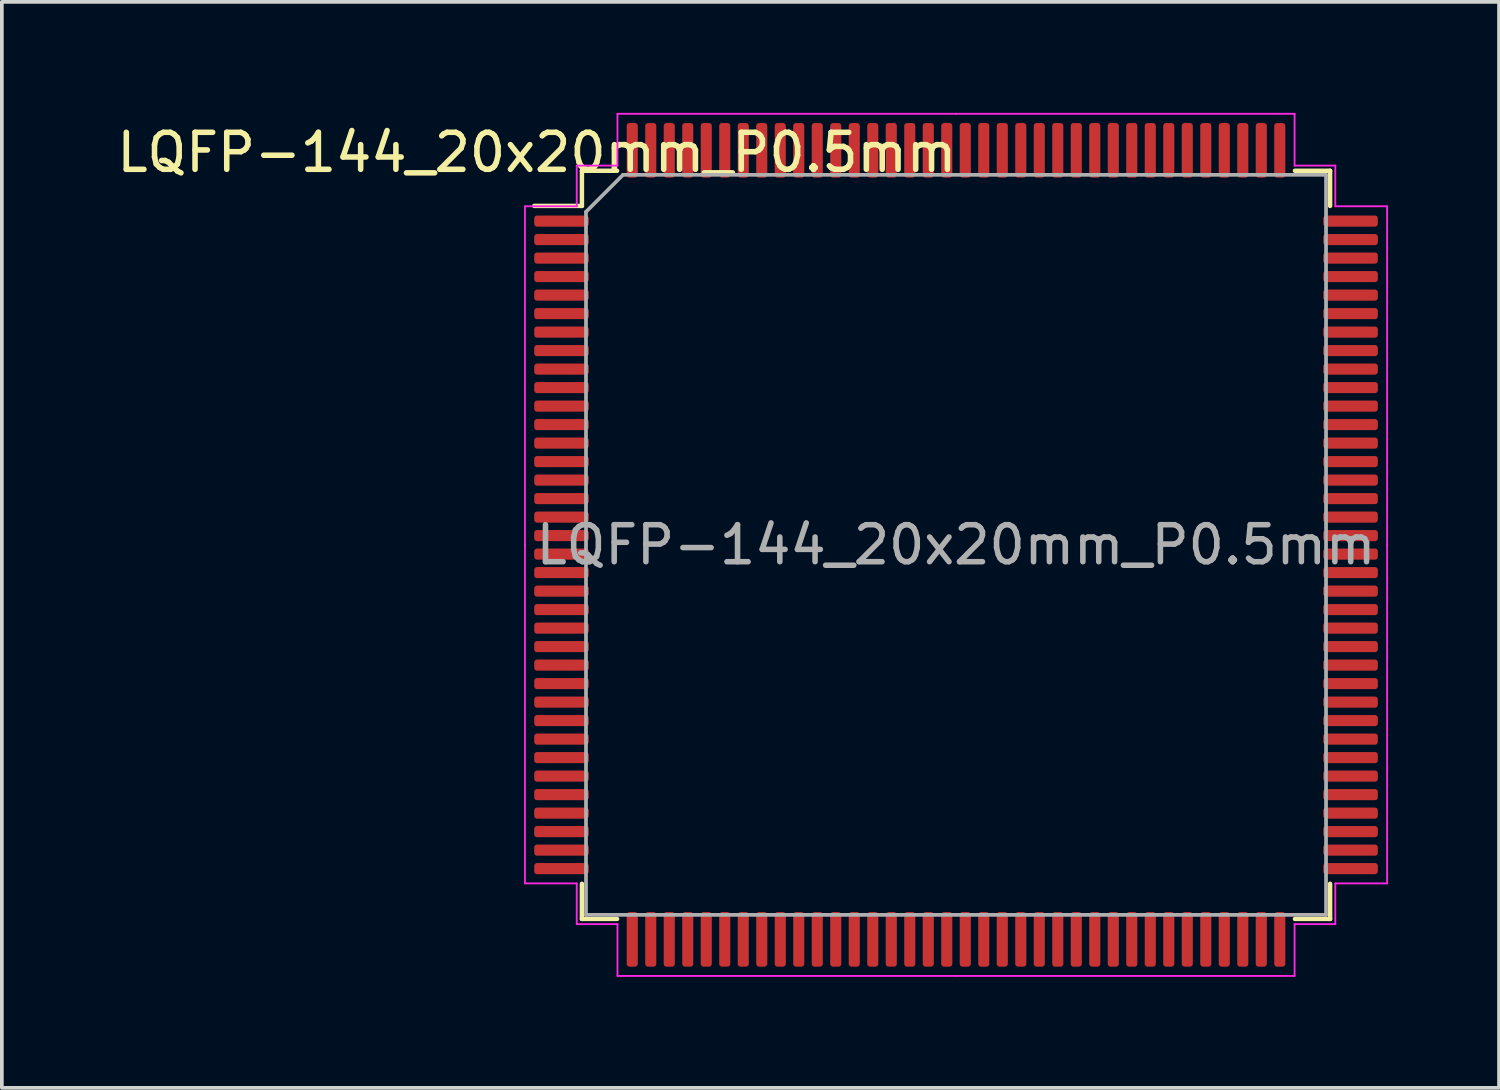
<source format=kicad_pcb>
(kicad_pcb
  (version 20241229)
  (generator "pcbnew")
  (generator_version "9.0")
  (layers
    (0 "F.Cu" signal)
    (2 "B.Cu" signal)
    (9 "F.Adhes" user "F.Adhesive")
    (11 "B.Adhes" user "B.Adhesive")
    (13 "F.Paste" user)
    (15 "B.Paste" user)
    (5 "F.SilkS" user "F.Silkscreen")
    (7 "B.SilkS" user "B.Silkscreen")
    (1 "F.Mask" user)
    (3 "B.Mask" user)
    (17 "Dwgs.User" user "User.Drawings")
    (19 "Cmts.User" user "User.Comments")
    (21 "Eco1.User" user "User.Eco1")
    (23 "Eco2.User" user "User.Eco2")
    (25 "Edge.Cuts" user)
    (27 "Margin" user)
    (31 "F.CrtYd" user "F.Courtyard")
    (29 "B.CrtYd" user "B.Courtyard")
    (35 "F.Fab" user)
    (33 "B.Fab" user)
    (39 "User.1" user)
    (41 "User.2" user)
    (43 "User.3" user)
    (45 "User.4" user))
  (footprint "LQFP-144_20x20mm_P0.5mm"
    (layer "F.Cu")
    (at 22.787 11.675)
    (property "Reference" "LQFP-144_20x20mm_P0.5mm" (at -11.328 -10.604 0) (layer "F.SilkS") (effects (font (size 1 1) (thickness 0.15))))
    (attr smd)
    (fp_line (start -10.11 -10.11) (end -10.11 -9.16) (stroke (width 0.12) (type solid)) (layer "F.SilkS"))
    (fp_line (start -10.11 -9.16) (end -11.4 -9.16) (stroke (width 0.12) (type solid)) (layer "F.SilkS"))
    (fp_line (start -10.11 10.11) (end -10.11 9.16) (stroke (width 0.12) (type solid)) (layer "F.SilkS"))
    (fp_line (start -9.16 -10.11) (end -10.11 -10.11) (stroke (width 0.12) (type solid)) (layer "F.SilkS"))
    (fp_line (start -9.16 10.11) (end -10.11 10.11) (stroke (width 0.12) (type solid)) (layer "F.SilkS"))
    (fp_line (start 9.16 -10.11) (end 10.11 -10.11) (stroke (width 0.12) (type solid)) (layer "F.SilkS"))
    (fp_line (start 9.16 10.11) (end 10.11 10.11) (stroke (width 0.12) (type solid)) (layer "F.SilkS"))
    (fp_line (start 10.11 -10.11) (end 10.11 -9.16) (stroke (width 0.12) (type solid)) (layer "F.SilkS"))
    (fp_line (start 10.11 10.11) (end 10.11 9.16) (stroke (width 0.12) (type solid)) (layer "F.SilkS"))
    (fp_line (start -11.65 -9.15) (end -11.65 0) (stroke (width 0.05) (type solid)) (layer "F.CrtYd"))
    (fp_line (start -11.65 9.15) (end -11.65 0) (stroke (width 0.05) (type solid)) (layer "F.CrtYd"))
    (fp_line (start -10.25 -10.25) (end -10.25 -9.15) (stroke (width 0.05) (type solid)) (layer "F.CrtYd"))
    (fp_line (start -10.25 -9.15) (end -11.65 -9.15) (stroke (width 0.05) (type solid)) (layer "F.CrtYd"))
    (fp_line (start -10.25 9.15) (end -11.65 9.15) (stroke (width 0.05) (type solid)) (layer "F.CrtYd"))
    (fp_line (start -10.25 10.25) (end -10.25 9.15) (stroke (width 0.05) (type solid)) (layer "F.CrtYd"))
    (fp_line (start -9.15 -11.65) (end -9.15 -10.25) (stroke (width 0.05) (type solid)) (layer "F.CrtYd"))
    (fp_line (start -9.15 -10.25) (end -10.25 -10.25) (stroke (width 0.05) (type solid)) (layer "F.CrtYd"))
    (fp_line (start -9.15 10.25) (end -10.25 10.25) (stroke (width 0.05) (type solid)) (layer "F.CrtYd"))
    (fp_line (start -9.15 11.65) (end -9.15 10.25) (stroke (width 0.05) (type solid)) (layer "F.CrtYd"))
    (fp_line (start 0 -11.65) (end -9.15 -11.65) (stroke (width 0.05) (type solid)) (layer "F.CrtYd"))
    (fp_line (start 0 -11.65) (end 9.15 -11.65) (stroke (width 0.05) (type solid)) (layer "F.CrtYd"))
    (fp_line (start 0 11.65) (end -9.15 11.65) (stroke (width 0.05) (type solid)) (layer "F.CrtYd"))
    (fp_line (start 0 11.65) (end 9.15 11.65) (stroke (width 0.05) (type solid)) (layer "F.CrtYd"))
    (fp_line (start 9.15 -11.65) (end 9.15 -10.25) (stroke (width 0.05) (type solid)) (layer "F.CrtYd"))
    (fp_line (start 9.15 -10.25) (end 10.25 -10.25) (stroke (width 0.05) (type solid)) (layer "F.CrtYd"))
    (fp_line (start 9.15 10.25) (end 10.25 10.25) (stroke (width 0.05) (type solid)) (layer "F.CrtYd"))
    (fp_line (start 9.15 11.65) (end 9.15 10.25) (stroke (width 0.05) (type solid)) (layer "F.CrtYd"))
    (fp_line (start 10.25 -10.25) (end 10.25 -9.15) (stroke (width 0.05) (type solid)) (layer "F.CrtYd"))
    (fp_line (start 10.25 -9.15) (end 11.65 -9.15) (stroke (width 0.05) (type solid)) (layer "F.CrtYd"))
    (fp_line (start 10.25 9.15) (end 11.65 9.15) (stroke (width 0.05) (type solid)) (layer "F.CrtYd"))
    (fp_line (start 10.25 10.25) (end 10.25 9.15) (stroke (width 0.05) (type solid)) (layer "F.CrtYd"))
    (fp_line (start 11.65 -9.15) (end 11.65 0) (stroke (width 0.05) (type solid)) (layer "F.CrtYd"))
    (fp_line (start 11.65 9.15) (end 11.65 0) (stroke (width 0.05) (type solid)) (layer "F.CrtYd"))
    (fp_line (start -10 -9) (end -9 -10) (stroke (width 0.1) (type solid)) (layer "F.Fab"))
    (fp_line (start -10 10) (end -10 -9) (stroke (width 0.1) (type solid)) (layer "F.Fab"))
    (fp_line (start -9 -10) (end 10 -10) (stroke (width 0.1) (type solid)) (layer "F.Fab"))
    (fp_line (start 10 -10) (end 10 10) (stroke (width 0.1) (type solid)) (layer "F.Fab"))
    (fp_line (start 10 10) (end -10 10) (stroke (width 0.1) (type solid)) (layer "F.Fab"))
    (fp_text user "${REFERENCE}" (at 0 0 0) (layer "F.Fab") (effects (font (size 1 1) (thickness 0.15))))
    (pad "1" smd roundrect (at -10.662 -8.75) (size 1.475 0.3) (layers "F.Cu" "F.Mask" "F.Paste") (roundrect_rratio 0.25))
    (pad "2" smd roundrect (at -10.662 -8.25) (size 1.475 0.3) (layers "F.Cu" "F.Mask" "F.Paste") (roundrect_rratio 0.25))
    (pad "3" smd roundrect (at -10.662 -7.75) (size 1.475 0.3) (layers "F.Cu" "F.Mask" "F.Paste") (roundrect_rratio 0.25))
    (pad "4" smd roundrect (at -10.662 -7.25) (size 1.475 0.3) (layers "F.Cu" "F.Mask" "F.Paste") (roundrect_rratio 0.25))
    (pad "5" smd roundrect (at -10.662 -6.75) (size 1.475 0.3) (layers "F.Cu" "F.Mask" "F.Paste") (roundrect_rratio 0.25))
    (pad "6" smd roundrect (at -10.662 -6.25) (size 1.475 0.3) (layers "F.Cu" "F.Mask" "F.Paste") (roundrect_rratio 0.25))
    (pad "7" smd roundrect (at -10.662 -5.75) (size 1.475 0.3) (layers "F.Cu" "F.Mask" "F.Paste") (roundrect_rratio 0.25))
    (pad "8" smd roundrect (at -10.662 -5.25) (size 1.475 0.3) (layers "F.Cu" "F.Mask" "F.Paste") (roundrect_rratio 0.25))
    (pad "9" smd roundrect (at -10.662 -4.75) (size 1.475 0.3) (layers "F.Cu" "F.Mask" "F.Paste") (roundrect_rratio 0.25))
    (pad "10" smd roundrect (at -10.662 -4.25) (size 1.475 0.3) (layers "F.Cu" "F.Mask" "F.Paste") (roundrect_rratio 0.25))
    (pad "11" smd roundrect (at -10.662 -3.75) (size 1.475 0.3) (layers "F.Cu" "F.Mask" "F.Paste") (roundrect_rratio 0.25))
    (pad "12" smd roundrect (at -10.662 -3.25) (size 1.475 0.3) (layers "F.Cu" "F.Mask" "F.Paste") (roundrect_rratio 0.25))
    (pad "13" smd roundrect (at -10.662 -2.75) (size 1.475 0.3) (layers "F.Cu" "F.Mask" "F.Paste") (roundrect_rratio 0.25))
    (pad "14" smd roundrect (at -10.662 -2.25) (size 1.475 0.3) (layers "F.Cu" "F.Mask" "F.Paste") (roundrect_rratio 0.25))
    (pad "15" smd roundrect (at -10.662 -1.75) (size 1.475 0.3) (layers "F.Cu" "F.Mask" "F.Paste") (roundrect_rratio 0.25))
    (pad "16" smd roundrect (at -10.662 -1.25) (size 1.475 0.3) (layers "F.Cu" "F.Mask" "F.Paste") (roundrect_rratio 0.25))
    (pad "17" smd roundrect (at -10.662 -0.75) (size 1.475 0.3) (layers "F.Cu" "F.Mask" "F.Paste") (roundrect_rratio 0.25))
    (pad "18" smd roundrect (at -10.662 -0.25) (size 1.475 0.3) (layers "F.Cu" "F.Mask" "F.Paste") (roundrect_rratio 0.25))
    (pad "19" smd roundrect (at -10.662 0.25) (size 1.475 0.3) (layers "F.Cu" "F.Mask" "F.Paste") (roundrect_rratio 0.25))
    (pad "20" smd roundrect (at -10.662 0.75) (size 1.475 0.3) (layers "F.Cu" "F.Mask" "F.Paste") (roundrect_rratio 0.25))
    (pad "21" smd roundrect (at -10.662 1.25) (size 1.475 0.3) (layers "F.Cu" "F.Mask" "F.Paste") (roundrect_rratio 0.25))
    (pad "22" smd roundrect (at -10.662 1.75) (size 1.475 0.3) (layers "F.Cu" "F.Mask" "F.Paste") (roundrect_rratio 0.25))
    (pad "23" smd roundrect (at -10.662 2.25) (size 1.475 0.3) (layers "F.Cu" "F.Mask" "F.Paste") (roundrect_rratio 0.25))
    (pad "24" smd roundrect (at -10.662 2.75) (size 1.475 0.3) (layers "F.Cu" "F.Mask" "F.Paste") (roundrect_rratio 0.25))
    (pad "25" smd roundrect (at -10.662 3.25) (size 1.475 0.3) (layers "F.Cu" "F.Mask" "F.Paste") (roundrect_rratio 0.25))
    (pad "26" smd roundrect (at -10.662 3.75) (size 1.475 0.3) (layers "F.Cu" "F.Mask" "F.Paste") (roundrect_rratio 0.25))
    (pad "27" smd roundrect (at -10.662 4.25) (size 1.475 0.3) (layers "F.Cu" "F.Mask" "F.Paste") (roundrect_rratio 0.25))
    (pad "28" smd roundrect (at -10.662 4.75) (size 1.475 0.3) (layers "F.Cu" "F.Mask" "F.Paste") (roundrect_rratio 0.25))
    (pad "29" smd roundrect (at -10.662 5.25) (size 1.475 0.3) (layers "F.Cu" "F.Mask" "F.Paste") (roundrect_rratio 0.25))
    (pad "30" smd roundrect (at -10.662 5.75) (size 1.475 0.3) (layers "F.Cu" "F.Mask" "F.Paste") (roundrect_rratio 0.25))
    (pad "31" smd roundrect (at -10.662 6.25) (size 1.475 0.3) (layers "F.Cu" "F.Mask" "F.Paste") (roundrect_rratio 0.25))
    (pad "32" smd roundrect (at -10.662 6.75) (size 1.475 0.3) (layers "F.Cu" "F.Mask" "F.Paste") (roundrect_rratio 0.25))
    (pad "33" smd roundrect (at -10.662 7.25) (size 1.475 0.3) (layers "F.Cu" "F.Mask" "F.Paste") (roundrect_rratio 0.25))
    (pad "34" smd roundrect (at -10.662 7.75) (size 1.475 0.3) (layers "F.Cu" "F.Mask" "F.Paste") (roundrect_rratio 0.25))
    (pad "35" smd roundrect (at -10.662 8.25) (size 1.475 0.3) (layers "F.Cu" "F.Mask" "F.Paste") (roundrect_rratio 0.25))
    (pad "36" smd roundrect (at -10.662 8.75) (size 1.475 0.3) (layers "F.Cu" "F.Mask" "F.Paste") (roundrect_rratio 0.25))
    (pad "37" smd roundrect (at -8.75 10.662) (size 0.3 1.475) (layers "F.Cu" "F.Mask" "F.Paste") (roundrect_rratio 0.25))
    (pad "38" smd roundrect (at -8.25 10.662) (size 0.3 1.475) (layers "F.Cu" "F.Mask" "F.Paste") (roundrect_rratio 0.25))
    (pad "39" smd roundrect (at -7.75 10.662) (size 0.3 1.475) (layers "F.Cu" "F.Mask" "F.Paste") (roundrect_rratio 0.25))
    (pad "40" smd roundrect (at -7.25 10.662) (size 0.3 1.475) (layers "F.Cu" "F.Mask" "F.Paste") (roundrect_rratio 0.25))
    (pad "41" smd roundrect (at -6.75 10.662) (size 0.3 1.475) (layers "F.Cu" "F.Mask" "F.Paste") (roundrect_rratio 0.25))
    (pad "42" smd roundrect (at -6.25 10.662) (size 0.3 1.475) (layers "F.Cu" "F.Mask" "F.Paste") (roundrect_rratio 0.25))
    (pad "43" smd roundrect (at -5.75 10.662) (size 0.3 1.475) (layers "F.Cu" "F.Mask" "F.Paste") (roundrect_rratio 0.25))
    (pad "44" smd roundrect (at -5.25 10.662) (size 0.3 1.475) (layers "F.Cu" "F.Mask" "F.Paste") (roundrect_rratio 0.25))
    (pad "45" smd roundrect (at -4.75 10.662) (size 0.3 1.475) (layers "F.Cu" "F.Mask" "F.Paste") (roundrect_rratio 0.25))
    (pad "46" smd roundrect (at -4.25 10.662) (size 0.3 1.475) (layers "F.Cu" "F.Mask" "F.Paste") (roundrect_rratio 0.25))
    (pad "47" smd roundrect (at -3.75 10.662) (size 0.3 1.475) (layers "F.Cu" "F.Mask" "F.Paste") (roundrect_rratio 0.25))
    (pad "48" smd roundrect (at -3.25 10.662) (size 0.3 1.475) (layers "F.Cu" "F.Mask" "F.Paste") (roundrect_rratio 0.25))
    (pad "49" smd roundrect (at -2.75 10.662) (size 0.3 1.475) (layers "F.Cu" "F.Mask" "F.Paste") (roundrect_rratio 0.25))
    (pad "50" smd roundrect (at -2.25 10.662) (size 0.3 1.475) (layers "F.Cu" "F.Mask" "F.Paste") (roundrect_rratio 0.25))
    (pad "51" smd roundrect (at -1.75 10.662) (size 0.3 1.475) (layers "F.Cu" "F.Mask" "F.Paste") (roundrect_rratio 0.25))
    (pad "52" smd roundrect (at -1.25 10.662) (size 0.3 1.475) (layers "F.Cu" "F.Mask" "F.Paste") (roundrect_rratio 0.25))
    (pad "53" smd roundrect (at -0.75 10.662) (size 0.3 1.475) (layers "F.Cu" "F.Mask" "F.Paste") (roundrect_rratio 0.25))
    (pad "54" smd roundrect (at -0.25 10.662) (size 0.3 1.475) (layers "F.Cu" "F.Mask" "F.Paste") (roundrect_rratio 0.25))
    (pad "55" smd roundrect (at 0.25 10.662) (size 0.3 1.475) (layers "F.Cu" "F.Mask" "F.Paste") (roundrect_rratio 0.25))
    (pad "56" smd roundrect (at 0.75 10.662) (size 0.3 1.475) (layers "F.Cu" "F.Mask" "F.Paste") (roundrect_rratio 0.25))
    (pad "57" smd roundrect (at 1.25 10.662) (size 0.3 1.475) (layers "F.Cu" "F.Mask" "F.Paste") (roundrect_rratio 0.25))
    (pad "58" smd roundrect (at 1.75 10.662) (size 0.3 1.475) (layers "F.Cu" "F.Mask" "F.Paste") (roundrect_rratio 0.25))
    (pad "59" smd roundrect (at 2.25 10.662) (size 0.3 1.475) (layers "F.Cu" "F.Mask" "F.Paste") (roundrect_rratio 0.25))
    (pad "60" smd roundrect (at 2.75 10.662) (size 0.3 1.475) (layers "F.Cu" "F.Mask" "F.Paste") (roundrect_rratio 0.25))
    (pad "61" smd roundrect (at 3.25 10.662) (size 0.3 1.475) (layers "F.Cu" "F.Mask" "F.Paste") (roundrect_rratio 0.25))
    (pad "62" smd roundrect (at 3.75 10.662) (size 0.3 1.475) (layers "F.Cu" "F.Mask" "F.Paste") (roundrect_rratio 0.25))
    (pad "63" smd roundrect (at 4.25 10.662) (size 0.3 1.475) (layers "F.Cu" "F.Mask" "F.Paste") (roundrect_rratio 0.25))
    (pad "64" smd roundrect (at 4.75 10.662) (size 0.3 1.475) (layers "F.Cu" "F.Mask" "F.Paste") (roundrect_rratio 0.25))
    (pad "65" smd roundrect (at 5.25 10.662) (size 0.3 1.475) (layers "F.Cu" "F.Mask" "F.Paste") (roundrect_rratio 0.25))
    (pad "66" smd roundrect (at 5.75 10.662) (size 0.3 1.475) (layers "F.Cu" "F.Mask" "F.Paste") (roundrect_rratio 0.25))
    (pad "67" smd roundrect (at 6.25 10.662) (size 0.3 1.475) (layers "F.Cu" "F.Mask" "F.Paste") (roundrect_rratio 0.25))
    (pad "68" smd roundrect (at 6.75 10.662) (size 0.3 1.475) (layers "F.Cu" "F.Mask" "F.Paste") (roundrect_rratio 0.25))
    (pad "69" smd roundrect (at 7.25 10.662) (size 0.3 1.475) (layers "F.Cu" "F.Mask" "F.Paste") (roundrect_rratio 0.25))
    (pad "70" smd roundrect (at 7.75 10.662) (size 0.3 1.475) (layers "F.Cu" "F.Mask" "F.Paste") (roundrect_rratio 0.25))
    (pad "71" smd roundrect (at 8.25 10.662) (size 0.3 1.475) (layers "F.Cu" "F.Mask" "F.Paste") (roundrect_rratio 0.25))
    (pad "72" smd roundrect (at 8.75 10.662) (size 0.3 1.475) (layers "F.Cu" "F.Mask" "F.Paste") (roundrect_rratio 0.25))
    (pad "73" smd roundrect (at 10.662 8.75) (size 1.475 0.3) (layers "F.Cu" "F.Mask" "F.Paste") (roundrect_rratio 0.25))
    (pad "74" smd roundrect (at 10.662 8.25) (size 1.475 0.3) (layers "F.Cu" "F.Mask" "F.Paste") (roundrect_rratio 0.25))
    (pad "75" smd roundrect (at 10.662 7.75) (size 1.475 0.3) (layers "F.Cu" "F.Mask" "F.Paste") (roundrect_rratio 0.25))
    (pad "76" smd roundrect (at 10.662 7.25) (size 1.475 0.3) (layers "F.Cu" "F.Mask" "F.Paste") (roundrect_rratio 0.25))
    (pad "77" smd roundrect (at 10.662 6.75) (size 1.475 0.3) (layers "F.Cu" "F.Mask" "F.Paste") (roundrect_rratio 0.25))
    (pad "78" smd roundrect (at 10.662 6.25) (size 1.475 0.3) (layers "F.Cu" "F.Mask" "F.Paste") (roundrect_rratio 0.25))
    (pad "79" smd roundrect (at 10.662 5.75) (size 1.475 0.3) (layers "F.Cu" "F.Mask" "F.Paste") (roundrect_rratio 0.25))
    (pad "80" smd roundrect (at 10.662 5.25) (size 1.475 0.3) (layers "F.Cu" "F.Mask" "F.Paste") (roundrect_rratio 0.25))
    (pad "81" smd roundrect (at 10.662 4.75) (size 1.475 0.3) (layers "F.Cu" "F.Mask" "F.Paste") (roundrect_rratio 0.25))
    (pad "82" smd roundrect (at 10.662 4.25) (size 1.475 0.3) (layers "F.Cu" "F.Mask" "F.Paste") (roundrect_rratio 0.25))
    (pad "83" smd roundrect (at 10.662 3.75) (size 1.475 0.3) (layers "F.Cu" "F.Mask" "F.Paste") (roundrect_rratio 0.25))
    (pad "84" smd roundrect (at 10.662 3.25) (size 1.475 0.3) (layers "F.Cu" "F.Mask" "F.Paste") (roundrect_rratio 0.25))
    (pad "85" smd roundrect (at 10.662 2.75) (size 1.475 0.3) (layers "F.Cu" "F.Mask" "F.Paste") (roundrect_rratio 0.25))
    (pad "86" smd roundrect (at 10.662 2.25) (size 1.475 0.3) (layers "F.Cu" "F.Mask" "F.Paste") (roundrect_rratio 0.25))
    (pad "87" smd roundrect (at 10.662 1.75) (size 1.475 0.3) (layers "F.Cu" "F.Mask" "F.Paste") (roundrect_rratio 0.25))
    (pad "88" smd roundrect (at 10.662 1.25) (size 1.475 0.3) (layers "F.Cu" "F.Mask" "F.Paste") (roundrect_rratio 0.25))
    (pad "89" smd roundrect (at 10.662 0.75) (size 1.475 0.3) (layers "F.Cu" "F.Mask" "F.Paste") (roundrect_rratio 0.25))
    (pad "90" smd roundrect (at 10.662 0.25) (size 1.475 0.3) (layers "F.Cu" "F.Mask" "F.Paste") (roundrect_rratio 0.25))
    (pad "91" smd roundrect (at 10.662 -0.25) (size 1.475 0.3) (layers "F.Cu" "F.Mask" "F.Paste") (roundrect_rratio 0.25))
    (pad "92" smd roundrect (at 10.662 -0.75) (size 1.475 0.3) (layers "F.Cu" "F.Mask" "F.Paste") (roundrect_rratio 0.25))
    (pad "93" smd roundrect (at 10.662 -1.25) (size 1.475 0.3) (layers "F.Cu" "F.Mask" "F.Paste") (roundrect_rratio 0.25))
    (pad "94" smd roundrect (at 10.662 -1.75) (size 1.475 0.3) (layers "F.Cu" "F.Mask" "F.Paste") (roundrect_rratio 0.25))
    (pad "95" smd roundrect (at 10.662 -2.25) (size 1.475 0.3) (layers "F.Cu" "F.Mask" "F.Paste") (roundrect_rratio 0.25))
    (pad "96" smd roundrect (at 10.662 -2.75) (size 1.475 0.3) (layers "F.Cu" "F.Mask" "F.Paste") (roundrect_rratio 0.25))
    (pad "97" smd roundrect (at 10.662 -3.25) (size 1.475 0.3) (layers "F.Cu" "F.Mask" "F.Paste") (roundrect_rratio 0.25))
    (pad "98" smd roundrect (at 10.662 -3.75) (size 1.475 0.3) (layers "F.Cu" "F.Mask" "F.Paste") (roundrect_rratio 0.25))
    (pad "99" smd roundrect (at 10.662 -4.25) (size 1.475 0.3) (layers "F.Cu" "F.Mask" "F.Paste") (roundrect_rratio 0.25))
    (pad "100" smd roundrect (at 10.662 -4.75) (size 1.475 0.3) (layers "F.Cu" "F.Mask" "F.Paste") (roundrect_rratio 0.25))
    (pad "101" smd roundrect (at 10.662 -5.25) (size 1.475 0.3) (layers "F.Cu" "F.Mask" "F.Paste") (roundrect_rratio 0.25))
    (pad "102" smd roundrect (at 10.662 -5.75) (size 1.475 0.3) (layers "F.Cu" "F.Mask" "F.Paste") (roundrect_rratio 0.25))
    (pad "103" smd roundrect (at 10.662 -6.25) (size 1.475 0.3) (layers "F.Cu" "F.Mask" "F.Paste") (roundrect_rratio 0.25))
    (pad "104" smd roundrect (at 10.662 -6.75) (size 1.475 0.3) (layers "F.Cu" "F.Mask" "F.Paste") (roundrect_rratio 0.25))
    (pad "105" smd roundrect (at 10.662 -7.25) (size 1.475 0.3) (layers "F.Cu" "F.Mask" "F.Paste") (roundrect_rratio 0.25))
    (pad "106" smd roundrect (at 10.662 -7.75) (size 1.475 0.3) (layers "F.Cu" "F.Mask" "F.Paste") (roundrect_rratio 0.25))
    (pad "107" smd roundrect (at 10.662 -8.25) (size 1.475 0.3) (layers "F.Cu" "F.Mask" "F.Paste") (roundrect_rratio 0.25))
    (pad "108" smd roundrect (at 10.662 -8.75) (size 1.475 0.3) (layers "F.Cu" "F.Mask" "F.Paste") (roundrect_rratio 0.25))
    (pad "109" smd roundrect (at 8.75 -10.662) (size 0.3 1.475) (layers "F.Cu" "F.Mask" "F.Paste") (roundrect_rratio 0.25))
    (pad "110" smd roundrect (at 8.25 -10.662) (size 0.3 1.475) (layers "F.Cu" "F.Mask" "F.Paste") (roundrect_rratio 0.25))
    (pad "111" smd roundrect (at 7.75 -10.662) (size 0.3 1.475) (layers "F.Cu" "F.Mask" "F.Paste") (roundrect_rratio 0.25))
    (pad "112" smd roundrect (at 7.25 -10.662) (size 0.3 1.475) (layers "F.Cu" "F.Mask" "F.Paste") (roundrect_rratio 0.25))
    (pad "113" smd roundrect (at 6.75 -10.662) (size 0.3 1.475) (layers "F.Cu" "F.Mask" "F.Paste") (roundrect_rratio 0.25))
    (pad "114" smd roundrect (at 6.25 -10.662) (size 0.3 1.475) (layers "F.Cu" "F.Mask" "F.Paste") (roundrect_rratio 0.25))
    (pad "115" smd roundrect (at 5.75 -10.662) (size 0.3 1.475) (layers "F.Cu" "F.Mask" "F.Paste") (roundrect_rratio 0.25))
    (pad "116" smd roundrect (at 5.25 -10.662) (size 0.3 1.475) (layers "F.Cu" "F.Mask" "F.Paste") (roundrect_rratio 0.25))
    (pad "117" smd roundrect (at 4.75 -10.662) (size 0.3 1.475) (layers "F.Cu" "F.Mask" "F.Paste") (roundrect_rratio 0.25))
    (pad "118" smd roundrect (at 4.25 -10.662) (size 0.3 1.475) (layers "F.Cu" "F.Mask" "F.Paste") (roundrect_rratio 0.25))
    (pad "119" smd roundrect (at 3.75 -10.662) (size 0.3 1.475) (layers "F.Cu" "F.Mask" "F.Paste") (roundrect_rratio 0.25))
    (pad "120" smd roundrect (at 3.25 -10.662) (size 0.3 1.475) (layers "F.Cu" "F.Mask" "F.Paste") (roundrect_rratio 0.25))
    (pad "121" smd roundrect (at 2.75 -10.662) (size 0.3 1.475) (layers "F.Cu" "F.Mask" "F.Paste") (roundrect_rratio 0.25))
    (pad "122" smd roundrect (at 2.25 -10.662) (size 0.3 1.475) (layers "F.Cu" "F.Mask" "F.Paste") (roundrect_rratio 0.25))
    (pad "123" smd roundrect (at 1.75 -10.662) (size 0.3 1.475) (layers "F.Cu" "F.Mask" "F.Paste") (roundrect_rratio 0.25))
    (pad "124" smd roundrect (at 1.25 -10.662) (size 0.3 1.475) (layers "F.Cu" "F.Mask" "F.Paste") (roundrect_rratio 0.25))
    (pad "125" smd roundrect (at 0.75 -10.662) (size 0.3 1.475) (layers "F.Cu" "F.Mask" "F.Paste") (roundrect_rratio 0.25))
    (pad "126" smd roundrect (at 0.25 -10.662) (size 0.3 1.475) (layers "F.Cu" "F.Mask" "F.Paste") (roundrect_rratio 0.25))
    (pad "127" smd roundrect (at -0.25 -10.662) (size 0.3 1.475) (layers "F.Cu" "F.Mask" "F.Paste") (roundrect_rratio 0.25))
    (pad "128" smd roundrect (at -0.75 -10.662) (size 0.3 1.475) (layers "F.Cu" "F.Mask" "F.Paste") (roundrect_rratio 0.25))
    (pad "129" smd roundrect (at -1.25 -10.662) (size 0.3 1.475) (layers "F.Cu" "F.Mask" "F.Paste") (roundrect_rratio 0.25))
    (pad "130" smd roundrect (at -1.75 -10.662) (size 0.3 1.475) (layers "F.Cu" "F.Mask" "F.Paste") (roundrect_rratio 0.25))
    (pad "131" smd roundrect (at -2.25 -10.662) (size 0.3 1.475) (layers "F.Cu" "F.Mask" "F.Paste") (roundrect_rratio 0.25))
    (pad "132" smd roundrect (at -2.75 -10.662) (size 0.3 1.475) (layers "F.Cu" "F.Mask" "F.Paste") (roundrect_rratio 0.25))
    (pad "133" smd roundrect (at -3.25 -10.662) (size 0.3 1.475) (layers "F.Cu" "F.Mask" "F.Paste") (roundrect_rratio 0.25))
    (pad "134" smd roundrect (at -3.75 -10.662) (size 0.3 1.475) (layers "F.Cu" "F.Mask" "F.Paste") (roundrect_rratio 0.25))
    (pad "135" smd roundrect (at -4.25 -10.662) (size 0.3 1.475) (layers "F.Cu" "F.Mask" "F.Paste") (roundrect_rratio 0.25))
    (pad "136" smd roundrect (at -4.75 -10.662) (size 0.3 1.475) (layers "F.Cu" "F.Mask" "F.Paste") (roundrect_rratio 0.25))
    (pad "137" smd roundrect (at -5.25 -10.662) (size 0.3 1.475) (layers "F.Cu" "F.Mask" "F.Paste") (roundrect_rratio 0.25))
    (pad "138" smd roundrect (at -5.75 -10.662) (size 0.3 1.475) (layers "F.Cu" "F.Mask" "F.Paste") (roundrect_rratio 0.25))
    (pad "139" smd roundrect (at -6.25 -10.662) (size 0.3 1.475) (layers "F.Cu" "F.Mask" "F.Paste") (roundrect_rratio 0.25))
    (pad "140" smd roundrect (at -6.75 -10.662) (size 0.3 1.475) (layers "F.Cu" "F.Mask" "F.Paste") (roundrect_rratio 0.25))
    (pad "141" smd roundrect (at -7.25 -10.662) (size 0.3 1.475) (layers "F.Cu" "F.Mask" "F.Paste") (roundrect_rratio 0.25))
    (pad "142" smd roundrect (at -7.75 -10.662) (size 0.3 1.475) (layers "F.Cu" "F.Mask" "F.Paste") (roundrect_rratio 0.25))
    (pad "143" smd roundrect (at -8.25 -10.662) (size 0.3 1.475) (layers "F.Cu" "F.Mask" "F.Paste") (roundrect_rratio 0.25))
    (pad "144" smd roundrect (at -8.75 -10.662) (size 0.3 1.475) (layers "F.Cu" "F.Mask" "F.Paste") (roundrect_rratio 0.25)))
  (gr_rect
    (start -3 -3)
    (end 37.462 26.35)
    (stroke (width 0.1) (type default))
    (fill no)
    (layer "Edge.Cuts")))
</source>
